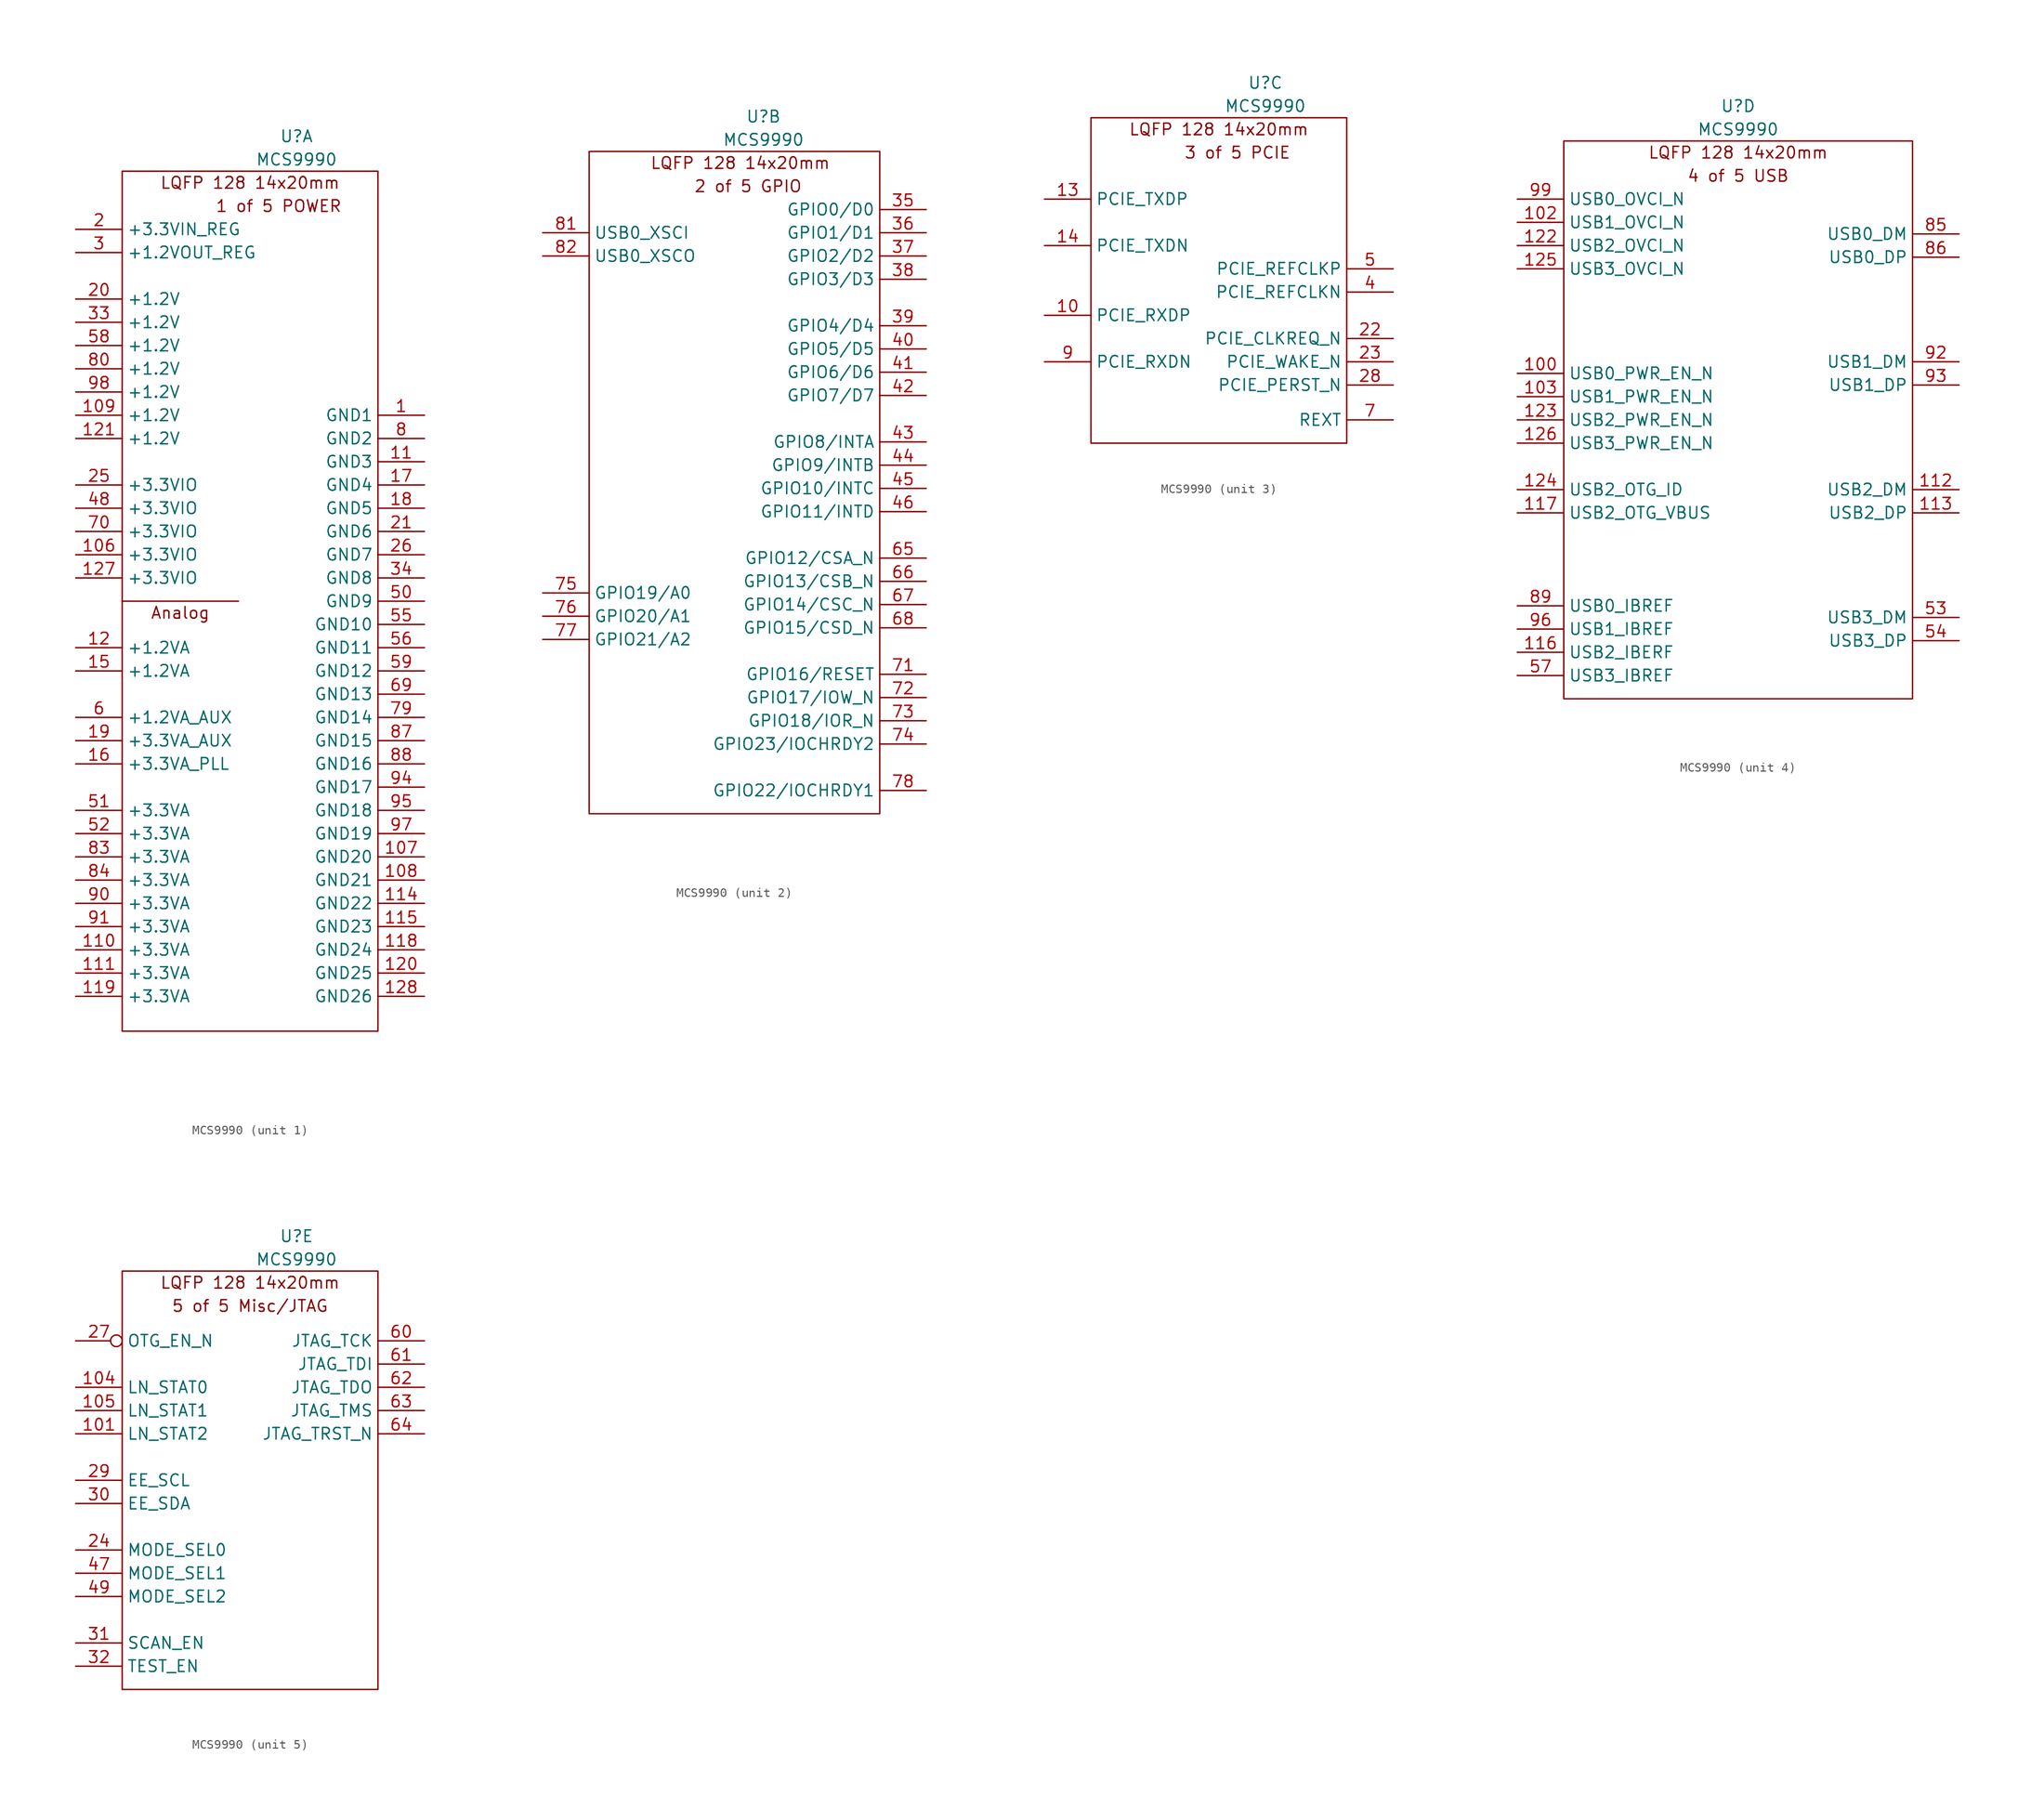
<source format=kicad_sym>
(kicad_symbol_lib
  (version 20220914)
  (generator kicad_symbol_editor)
  (symbol "MCS9990"
    (property "Reference" "U"
      (at 19.05 3.81 0)
      (effects (font (size 1.27 1.27))))
    (property "Value" "MCS9990"
      (at 19.05 1.27 0)
      (effects (font (size 1.27 1.27))))
    (property "ki_locked" ""
      (at 0 0 0)
      (effects (font (size 1.27 1.27))))
    (symbol "MCS9990_1_0"
      (pin power_in line (at 33.02 -26.67 180) (length 5.08) (name "GND1" (effects (font (size 1.27 1.27)))) (number "1" (effects (font (size 1.27 1.27)))))
      (pin power_in line (at -5.08 -41.91 0) (length 5.08) (name "+3.3VIO" (effects (font (size 1.27 1.27)))) (number "106" (effects (font (size 1.27 1.27)))))
      (pin power_in line (at 33.02 -74.93 180) (length 5.08) (name "GND20" (effects (font (size 1.27 1.27)))) (number "107" (effects (font (size 1.27 1.27)))))
      (pin power_in line (at 33.02 -77.47 180) (length 5.08) (name "GND21" (effects (font (size 1.27 1.27)))) (number "108" (effects (font (size 1.27 1.27)))))
      (pin power_in line (at -5.08 -26.67 0) (length 5.08) (name "+1.2V" (effects (font (size 1.27 1.27)))) (number "109" (effects (font (size 1.27 1.27)))))
      (pin power_in line (at 33.02 -31.75 180) (length 5.08) (name "GND3" (effects (font (size 1.27 1.27)))) (number "11" (effects (font (size 1.27 1.27)))))
      (pin power_in line (at -5.08 -85.09 0) (length 5.08) (name "+3.3VA" (effects (font (size 1.27 1.27)))) (number "110" (effects (font (size 1.27 1.27)))))
      (pin power_in line (at -5.08 -87.63 0) (length 5.08) (name "+3.3VA" (effects (font (size 1.27 1.27)))) (number "111" (effects (font (size 1.27 1.27)))))
      (pin power_in line (at 33.02 -80.01 180) (length 5.08) (name "GND22" (effects (font (size 1.27 1.27)))) (number "114" (effects (font (size 1.27 1.27)))))
      (pin power_in line (at 33.02 -82.55 180) (length 5.08) (name "GND23" (effects (font (size 1.27 1.27)))) (number "115" (effects (font (size 1.27 1.27)))))
      (pin power_in line (at 33.02 -85.09 180) (length 5.08) (name "GND24" (effects (font (size 1.27 1.27)))) (number "118" (effects (font (size 1.27 1.27)))))
      (pin power_in line (at -5.08 -90.17 0) (length 5.08) (name "+3.3VA" (effects (font (size 1.27 1.27)))) (number "119" (effects (font (size 1.27 1.27)))))
      (pin power_in line (at -5.08 -52.07 0) (length 5.08) (name "+1.2VA" (effects (font (size 1.27 1.27)))) (number "12" (effects (font (size 1.27 1.27)))))
      (pin power_in line (at 33.02 -87.63 180) (length 5.08) (name "GND25" (effects (font (size 1.27 1.27)))) (number "120" (effects (font (size 1.27 1.27)))))
      (pin power_in line (at -5.08 -29.21 0) (length 5.08) (name "+1.2V" (effects (font (size 1.27 1.27)))) (number "121" (effects (font (size 1.27 1.27)))))
      (pin power_in line (at -5.08 -44.45 0) (length 5.08) (name "+3.3VIO" (effects (font (size 1.27 1.27)))) (number "127" (effects (font (size 1.27 1.27)))))
      (pin power_in line (at 33.02 -90.17 180) (length 5.08) (name "GND26" (effects (font (size 1.27 1.27)))) (number "128" (effects (font (size 1.27 1.27)))))
      (pin power_in line (at -5.08 -54.61 0) (length 5.08) (name "+1.2VA" (effects (font (size 1.27 1.27)))) (number "15" (effects (font (size 1.27 1.27)))))
      (pin power_in line (at -5.08 -64.77 0) (length 5.08) (name "+3.3VA_PLL" (effects (font (size 1.27 1.27)))) (number "16" (effects (font (size 1.27 1.27)))))
      (pin power_in line (at 33.02 -34.29 180) (length 5.08) (name "GND4" (effects (font (size 1.27 1.27)))) (number "17" (effects (font (size 1.27 1.27)))))
      (pin power_in line (at 33.02 -36.83 180) (length 5.08) (name "GND5" (effects (font (size 1.27 1.27)))) (number "18" (effects (font (size 1.27 1.27)))))
      (pin power_in line (at -5.08 -62.23 0) (length 5.08) (name "+3.3VA_AUX" (effects (font (size 1.27 1.27)))) (number "19" (effects (font (size 1.27 1.27)))))
      (pin power_in line (at -5.08 -6.35 0) (length 5.08) (name "+3.3VIN_REG" (effects (font (size 1.27 1.27)))) (number "2" (effects (font (size 1.27 1.27)))))
      (pin power_in line (at -5.08 -13.97 0) (length 5.08) (name "+1.2V" (effects (font (size 1.27 1.27)))) (number "20" (effects (font (size 1.27 1.27)))))
      (pin power_in line (at 33.02 -39.37 180) (length 5.08) (name "GND6" (effects (font (size 1.27 1.27)))) (number "21" (effects (font (size 1.27 1.27)))))
      (pin power_in line (at -5.08 -34.29 0) (length 5.08) (name "+3.3VIO" (effects (font (size 1.27 1.27)))) (number "25" (effects (font (size 1.27 1.27)))))
      (pin power_in line (at 33.02 -41.91 180) (length 5.08) (name "GND7" (effects (font (size 1.27 1.27)))) (number "26" (effects (font (size 1.27 1.27)))))
      (pin power_out line (at -5.08 -8.89 0) (length 5.08) (name "+1.2VOUT_REG" (effects (font (size 1.27 1.27)))) (number "3" (effects (font (size 1.27 1.27)))))
      (pin power_in line (at -5.08 -16.51 0) (length 5.08) (name "+1.2V" (effects (font (size 1.27 1.27)))) (number "33" (effects (font (size 1.27 1.27)))))
      (pin power_in line (at 33.02 -44.45 180) (length 5.08) (name "GND8" (effects (font (size 1.27 1.27)))) (number "34" (effects (font (size 1.27 1.27)))))
      (pin power_in line (at -5.08 -36.83 0) (length 5.08) (name "+3.3VIO" (effects (font (size 1.27 1.27)))) (number "48" (effects (font (size 1.27 1.27)))))
      (pin power_in line (at 33.02 -46.99 180) (length 5.08) (name "GND9" (effects (font (size 1.27 1.27)))) (number "50" (effects (font (size 1.27 1.27)))))
      (pin power_in line (at -5.08 -69.85 0) (length 5.08) (name "+3.3VA" (effects (font (size 1.27 1.27)))) (number "51" (effects (font (size 1.27 1.27)))))
      (pin power_in line (at -5.08 -72.39 0) (length 5.08) (name "+3.3VA" (effects (font (size 1.27 1.27)))) (number "52" (effects (font (size 1.27 1.27)))))
      (pin power_in line (at 33.02 -49.53 180) (length 5.08) (name "GND10" (effects (font (size 1.27 1.27)))) (number "55" (effects (font (size 1.27 1.27)))))
      (pin power_in line (at 33.02 -52.07 180) (length 5.08) (name "GND11" (effects (font (size 1.27 1.27)))) (number "56" (effects (font (size 1.27 1.27)))))
      (pin power_in line (at -5.08 -19.05 0) (length 5.08) (name "+1.2V" (effects (font (size 1.27 1.27)))) (number "58" (effects (font (size 1.27 1.27)))))
      (pin power_in line (at 33.02 -54.61 180) (length 5.08) (name "GND12" (effects (font (size 1.27 1.27)))) (number "59" (effects (font (size 1.27 1.27)))))
      (pin power_in line (at -5.08 -59.69 0) (length 5.08) (name "+1.2VA_AUX" (effects (font (size 1.27 1.27)))) (number "6" (effects (font (size 1.27 1.27)))))
      (pin power_in line (at 33.02 -57.15 180) (length 5.08) (name "GND13" (effects (font (size 1.27 1.27)))) (number "69" (effects (font (size 1.27 1.27)))))
      (pin power_in line (at -5.08 -39.37 0) (length 5.08) (name "+3.3VIO" (effects (font (size 1.27 1.27)))) (number "70" (effects (font (size 1.27 1.27)))))
      (pin power_in line (at 33.02 -59.69 180) (length 5.08) (name "GND14" (effects (font (size 1.27 1.27)))) (number "79" (effects (font (size 1.27 1.27)))))
      (pin power_in line (at 33.02 -29.21 180) (length 5.08) (name "GND2" (effects (font (size 1.27 1.27)))) (number "8" (effects (font (size 1.27 1.27)))))
      (pin power_in line (at -5.08 -21.59 0) (length 5.08) (name "+1.2V" (effects (font (size 1.27 1.27)))) (number "80" (effects (font (size 1.27 1.27)))))
      (pin power_in line (at -5.08 -74.93 0) (length 5.08) (name "+3.3VA" (effects (font (size 1.27 1.27)))) (number "83" (effects (font (size 1.27 1.27)))))
      (pin power_in line (at -5.08 -77.47 0) (length 5.08) (name "+3.3VA" (effects (font (size 1.27 1.27)))) (number "84" (effects (font (size 1.27 1.27)))))
      (pin power_in line (at 33.02 -62.23 180) (length 5.08) (name "GND15" (effects (font (size 1.27 1.27)))) (number "87" (effects (font (size 1.27 1.27)))))
      (pin power_in line (at 33.02 -64.77 180) (length 5.08) (name "GND16" (effects (font (size 1.27 1.27)))) (number "88" (effects (font (size 1.27 1.27)))))
      (pin power_in line (at -5.08 -80.01 0) (length 5.08) (name "+3.3VA" (effects (font (size 1.27 1.27)))) (number "90" (effects (font (size 1.27 1.27)))))
      (pin power_in line (at -5.08 -82.55 0) (length 5.08) (name "+3.3VA" (effects (font (size 1.27 1.27)))) (number "91" (effects (font (size 1.27 1.27)))))
      (pin power_in line (at 33.02 -67.31 180) (length 5.08) (name "GND17" (effects (font (size 1.27 1.27)))) (number "94" (effects (font (size 1.27 1.27)))))
      (pin power_in line (at 33.02 -69.85 180) (length 5.08) (name "GND18" (effects (font (size 1.27 1.27)))) (number "95" (effects (font (size 1.27 1.27)))))
      (pin power_in line (at 33.02 -72.39 180) (length 5.08) (name "GND19" (effects (font (size 1.27 1.27)))) (number "97" (effects (font (size 1.27 1.27)))))
      (pin power_in line (at -5.08 -24.13 0) (length 5.08) (name "+1.2V" (effects (font (size 1.27 1.27)))) (number "98" (effects (font (size 1.27 1.27))))))
    (symbol "MCS9990_1_1"
      (polyline (pts (xy 0 -46.99) (xy 12.7 -46.99)) (stroke (width 0) (type default)) (fill (type none)))
      (rectangle (start 0 0) (end 27.94 -93.98) (stroke (width 0) (type default)) (fill (type none)))
      (text "1 of 5 POWER" (at 10.16 -3.81 0) (effects (font (size 1.27 1.27)) (justify left)))
      (text "Analog" (at 6.35 -48.26 0) (effects (font (size 1.27 1.27))))
      (text "LQFP 128 14x20mm" (at 13.97 -1.27 0) (effects (font (size 1.27 1.27)))))
    (symbol "MCS9990_2_0"
      (pin bidirectional line (at 36.83 -6.35 180) (length 5.08) (name "GPIO0/D0" (effects (font (size 1.27 1.27)))) (number "35" (effects (font (size 1.27 1.27)))))
      (pin bidirectional line (at 36.83 -8.89 180) (length 5.08) (name "GPIO1/D1" (effects (font (size 1.27 1.27)))) (number "36" (effects (font (size 1.27 1.27)))))
      (pin bidirectional line (at 36.83 -11.43 180) (length 5.08) (name "GPIO2/D2" (effects (font (size 1.27 1.27)))) (number "37" (effects (font (size 1.27 1.27)))))
      (pin bidirectional line (at 36.83 -13.97 180) (length 5.08) (name "GPIO3/D3" (effects (font (size 1.27 1.27)))) (number "38" (effects (font (size 1.27 1.27)))))
      (pin bidirectional line (at 36.83 -19.05 180) (length 5.08) (name "GPIO4/D4" (effects (font (size 1.27 1.27)))) (number "39" (effects (font (size 1.27 1.27)))))
      (pin bidirectional line (at 36.83 -21.59 180) (length 5.08) (name "GPIO5/D5" (effects (font (size 1.27 1.27)))) (number "40" (effects (font (size 1.27 1.27)))))
      (pin bidirectional line (at 36.83 -24.13 180) (length 5.08) (name "GPIO6/D6" (effects (font (size 1.27 1.27)))) (number "41" (effects (font (size 1.27 1.27)))))
      (pin bidirectional line (at 36.83 -26.67 180) (length 5.08) (name "GPIO7/D7" (effects (font (size 1.27 1.27)))) (number "42" (effects (font (size 1.27 1.27)))))
      (pin input line (at 36.83 -31.75 180) (length 5.08) (name "GPIO8/INTA" (effects (font (size 1.27 1.27)))) (number "43" (effects (font (size 1.27 1.27)))))
      (pin input line (at 36.83 -34.29 180) (length 5.08) (name "GPIO9/INTB" (effects (font (size 1.27 1.27)))) (number "44" (effects (font (size 1.27 1.27)))))
      (pin input line (at 36.83 -36.83 180) (length 5.08) (name "GPIO10/INTC" (effects (font (size 1.27 1.27)))) (number "45" (effects (font (size 1.27 1.27)))))
      (pin input line (at 36.83 -39.37 180) (length 5.08) (name "GPIO11/INTD" (effects (font (size 1.27 1.27)))) (number "46" (effects (font (size 1.27 1.27)))))
      (pin output line (at 36.83 -44.45 180) (length 5.08) (name "GPIO12/CSA_N" (effects (font (size 1.27 1.27)))) (number "65" (effects (font (size 1.27 1.27)))))
      (pin output line (at 36.83 -46.99 180) (length 5.08) (name "GPIO13/CSB_N" (effects (font (size 1.27 1.27)))) (number "66" (effects (font (size 1.27 1.27)))))
      (pin output line (at 36.83 -49.53 180) (length 5.08) (name "GPIO14/CSC_N" (effects (font (size 1.27 1.27)))) (number "67" (effects (font (size 1.27 1.27)))))
      (pin output line (at 36.83 -52.07 180) (length 5.08) (name "GPIO15/CSD_N" (effects (font (size 1.27 1.27)))) (number "68" (effects (font (size 1.27 1.27)))))
      (pin output line (at 36.83 -57.15 180) (length 5.08) (name "GPIO16/RESET" (effects (font (size 1.27 1.27)))) (number "71" (effects (font (size 1.27 1.27)))))
      (pin output line (at 36.83 -59.69 180) (length 5.08) (name "GPIO17/IOW_N" (effects (font (size 1.27 1.27)))) (number "72" (effects (font (size 1.27 1.27)))))
      (pin output line (at 36.83 -62.23 180) (length 5.08) (name "GPIO18/IOR_N" (effects (font (size 1.27 1.27)))) (number "73" (effects (font (size 1.27 1.27)))))
      (pin input line (at 36.83 -64.77 180) (length 5.08) (name "GPIO23/IOCHRDY2" (effects (font (size 1.27 1.27)))) (number "74" (effects (font (size 1.27 1.27)))))
      (pin output line (at -5.08 -48.26 0) (length 5.08) (name "GPIO19/A0" (effects (font (size 1.27 1.27)))) (number "75" (effects (font (size 1.27 1.27)))))
      (pin output line (at -5.08 -50.8 0) (length 5.08) (name "GPIO20/A1" (effects (font (size 1.27 1.27)))) (number "76" (effects (font (size 1.27 1.27)))))
      (pin output line (at -5.08 -53.34 0) (length 5.08) (name "GPIO21/A2" (effects (font (size 1.27 1.27)))) (number "77" (effects (font (size 1.27 1.27)))))
      (pin input line (at 36.83 -69.85 180) (length 5.08) (name "GPIO22/IOCHRDY1" (effects (font (size 1.27 1.27)))) (number "78" (effects (font (size 1.27 1.27)))))
      (pin input line (at -5.08 -8.89 0) (length 5.08) (name "USB0_XSCI" (effects (font (size 1.27 1.27)))) (number "81" (effects (font (size 1.27 1.27)))))
      (pin output line (at -5.08 -11.43 0) (length 5.08) (name "USB0_XSCO" (effects (font (size 1.27 1.27)))) (number "82" (effects (font (size 1.27 1.27))))))
    (symbol "MCS9990_2_1"
      (rectangle (start 0 0) (end 31.75 -72.39) (stroke (width 0) (type default)) (fill (type none)))
      (text "2 of 5 GPIO" (at 11.43 -3.81 0) (effects (font (size 1.27 1.27)) (justify left)))
      (text "LQFP 128 14x20mm" (at 16.51 -1.27 0) (effects (font (size 1.27 1.27)))))
    (symbol "MCS9990_3_0"
      (pin input line (at -5.08 -21.59 0) (length 5.08) (name "PCIE_RXDP" (effects (font (size 1.27 1.27)))) (number "10" (effects (font (size 1.27 1.27)))))
      (pin output line (at -5.08 -8.89 0) (length 5.08) (name "PCIE_TXDP" (effects (font (size 1.27 1.27)))) (number "13" (effects (font (size 1.27 1.27)))))
      (pin output line (at -5.08 -13.97 0) (length 5.08) (name "PCIE_TXDN" (effects (font (size 1.27 1.27)))) (number "14" (effects (font (size 1.27 1.27)))))
      (pin output line (at 33.02 -24.13 180) (length 5.08) (name "PCIE_CLKREQ_N" (effects (font (size 1.27 1.27)))) (number "22" (effects (font (size 1.27 1.27)))))
      (pin input line (at 33.02 -29.21 180) (length 5.08) (name "PCIE_PERST_N" (effects (font (size 1.27 1.27)))) (number "28" (effects (font (size 1.27 1.27)))))
      (pin input line (at 33.02 -19.05 180) (length 5.08) (name "PCIE_REFCLKN" (effects (font (size 1.27 1.27)))) (number "4" (effects (font (size 1.27 1.27)))))
      (pin input line (at 33.02 -16.51 180) (length 5.08) (name "PCIE_REFCLKP" (effects (font (size 1.27 1.27)))) (number "5" (effects (font (size 1.27 1.27)))))
      (pin input line (at -5.08 -26.67 0) (length 5.08) (name "PCIE_RXDN" (effects (font (size 1.27 1.27)))) (number "9" (effects (font (size 1.27 1.27))))))
    (symbol "MCS9990_3_1"
      (rectangle (start 0 0) (end 27.94 -35.56) (stroke (width 0) (type default)) (fill (type none)))
      (text "3 of 5 PCIE" (at 10.16 -3.81 0) (effects (font (size 1.27 1.27)) (justify left)))
      (text "LQFP 128 14x20mm" (at 13.97 -1.27 0) (effects (font (size 1.27 1.27))))
      (pin output line (at 33.02 -26.67 180) (length 5.08) (name "PCIE_WAKE_N" (effects (font (size 1.27 1.27)))) (number "23" (effects (font (size 1.27 1.27)))))
      (pin output line (at 33.02 -33.02 180) (length 5.08) (name "REXT" (effects (font (size 1.27 1.27)))) (number "7" (effects (font (size 1.27 1.27))))))
    (symbol "MCS9990_4_0"
      (pin output line (at -5.08 -27.94 0) (length 5.08) (name "USB1_PWR_EN_N" (effects (font (size 1.27 1.27)))) (number "103" (effects (font (size 1.27 1.27)))))
      (pin bidirectional line (at 43.18 -38.1 180) (length 5.08) (name "USB2_DM" (effects (font (size 1.27 1.27)))) (number "112" (effects (font (size 1.27 1.27)))))
      (pin input line (at -5.08 -40.64 0) (length 5.08) (name "USB2_OTG_VBUS" (effects (font (size 1.27 1.27)))) (number "117" (effects (font (size 1.27 1.27)))))
      (pin input line (at -5.08 -11.43 0) (length 5.08) (name "USB2_OVCI_N" (effects (font (size 1.27 1.27)))) (number "122" (effects (font (size 1.27 1.27)))))
      (pin output line (at -5.08 -30.48 0) (length 5.08) (name "USB2_PWR_EN_N" (effects (font (size 1.27 1.27)))) (number "123" (effects (font (size 1.27 1.27)))))
      (pin input line (at -5.08 -38.1 0) (length 5.08) (name "USB2_OTG_ID" (effects (font (size 1.27 1.27)))) (number "124" (effects (font (size 1.27 1.27)))))
      (pin input line (at -5.08 -13.97 0) (length 5.08) (name "USB3_OVCI_N" (effects (font (size 1.27 1.27)))) (number "125" (effects (font (size 1.27 1.27)))))
      (pin output line (at -5.08 -33.02 0) (length 5.08) (name "USB3_PWR_EN_N" (effects (font (size 1.27 1.27)))) (number "126" (effects (font (size 1.27 1.27)))))
      (pin bidirectional line (at 43.18 -52.07 180) (length 5.08) (name "USB3_DM" (effects (font (size 1.27 1.27)))) (number "53" (effects (font (size 1.27 1.27)))))
      (pin bidirectional line (at 43.18 -54.61 180) (length 5.08) (name "USB3_DP" (effects (font (size 1.27 1.27)))) (number "54" (effects (font (size 1.27 1.27)))))
      (pin input line (at -5.08 -58.42 0) (length 5.08) (name "USB3_IBREF" (effects (font (size 1.27 1.27)))) (number "57" (effects (font (size 1.27 1.27))))))
    (symbol "MCS9990_4_1"
      (rectangle (start 0 0) (end 38.1 -60.96) (stroke (width 0) (type default)) (fill (type none)))
      (text "4 of 5 USB" (at 19.05 -3.81 0) (effects (font (size 1.27 1.27))))
      (text "LQFP 128 14x20mm" (at 19.05 -1.27 0) (effects (font (size 1.27 1.27))))
      (pin output line (at -5.08 -25.4 0) (length 5.08) (name "USB0_PWR_EN_N" (effects (font (size 1.27 1.27)))) (number "100" (effects (font (size 1.27 1.27)))))
      (pin input line (at -5.08 -8.89 0) (length 5.08) (name "USB1_OVCI_N" (effects (font (size 1.27 1.27)))) (number "102" (effects (font (size 1.27 1.27)))))
      (pin bidirectional line (at 43.18 -40.64 180) (length 5.08) (name "USB2_DP" (effects (font (size 1.27 1.27)))) (number "113" (effects (font (size 1.27 1.27)))))
      (pin input line (at -5.08 -55.88 0) (length 5.08) (name "USB2_IBERF" (effects (font (size 1.27 1.27)))) (number "116" (effects (font (size 1.27 1.27)))))
      (pin bidirectional line (at 43.18 -10.16 180) (length 5.08) (name "USB0_DM" (effects (font (size 1.27 1.27)))) (number "85" (effects (font (size 1.27 1.27)))))
      (pin bidirectional line (at 43.18 -12.7 180) (length 5.08) (name "USB0_DP" (effects (font (size 1.27 1.27)))) (number "86" (effects (font (size 1.27 1.27)))))
      (pin input line (at -5.08 -50.8 0) (length 5.08) (name "USB0_IBREF" (effects (font (size 1.27 1.27)))) (number "89" (effects (font (size 1.27 1.27)))))
      (pin bidirectional line (at 43.18 -24.13 180) (length 5.08) (name "USB1_DM" (effects (font (size 1.27 1.27)))) (number "92" (effects (font (size 1.27 1.27)))))
      (pin bidirectional line (at 43.18 -26.67 180) (length 5.08) (name "USB1_DP" (effects (font (size 1.27 1.27)))) (number "93" (effects (font (size 1.27 1.27)))))
      (pin input line (at -5.08 -53.34 0) (length 5.08) (name "USB1_IBREF" (effects (font (size 1.27 1.27)))) (number "96" (effects (font (size 1.27 1.27)))))
      (pin input line (at -5.08 -6.35 0) (length 5.08) (name "USB0_OVCI_N" (effects (font (size 1.27 1.27)))) (number "99" (effects (font (size 1.27 1.27))))))
    (symbol "MCS9990_5_0"
      (pin bidirectional line (at -5.08 -17.78 0) (length 5.08) (name "LN_STAT2" (effects (font (size 1.27 1.27)))) (number "101" (effects (font (size 1.27 1.27)))))
      (pin bidirectional line (at -5.08 -12.7 0) (length 5.08) (name "LN_STAT0" (effects (font (size 1.27 1.27)))) (number "104" (effects (font (size 1.27 1.27)))))
      (pin bidirectional line (at -5.08 -15.24 0) (length 5.08) (name "LN_STAT1" (effects (font (size 1.27 1.27)))) (number "105" (effects (font (size 1.27 1.27)))))
      (pin input line (at -5.08 -30.48 0) (length 5.08) (name "MODE_SEL0" (effects (font (size 1.27 1.27)))) (number "24" (effects (font (size 1.27 1.27)))))
      (pin input inverted (at -5.08 -7.62 0) (length 5.08) (name "OTG_EN_N" (effects (font (size 1.27 1.27)))) (number "27" (effects (font (size 1.27 1.27)))))
      (pin bidirectional line (at -5.08 -22.86 0) (length 5.08) (name "EE_SCL" (effects (font (size 1.27 1.27)))) (number "29" (effects (font (size 1.27 1.27)))))
      (pin bidirectional line (at -5.08 -25.4 0) (length 5.08) (name "EE_SDA" (effects (font (size 1.27 1.27)))) (number "30" (effects (font (size 1.27 1.27)))))
      (pin input line (at -5.08 -43.18 0) (length 5.08) (name "TEST_EN" (effects (font (size 1.27 1.27)))) (number "32" (effects (font (size 1.27 1.27)))))
      (pin input line (at -5.08 -33.02 0) (length 5.08) (name "MODE_SEL1" (effects (font (size 1.27 1.27)))) (number "47" (effects (font (size 1.27 1.27)))))
      (pin input line (at -5.08 -35.56 0) (length 5.08) (name "MODE_SEL2" (effects (font (size 1.27 1.27)))) (number "49" (effects (font (size 1.27 1.27)))))
      (pin input line (at 33.02 -7.62 180) (length 5.08) (name "JTAG_TCK" (effects (font (size 1.27 1.27)))) (number "60" (effects (font (size 1.27 1.27)))))
      (pin input line (at 33.02 -10.16 180) (length 5.08) (name "JTAG_TDI" (effects (font (size 1.27 1.27)))) (number "61" (effects (font (size 1.27 1.27)))))
      (pin output line (at 33.02 -12.7 180) (length 5.08) (name "JTAG_TDO" (effects (font (size 1.27 1.27)))) (number "62" (effects (font (size 1.27 1.27)))))
      (pin input line (at 33.02 -15.24 180) (length 5.08) (name "JTAG_TMS" (effects (font (size 1.27 1.27)))) (number "63" (effects (font (size 1.27 1.27)))))
      (pin input line (at 33.02 -17.78 180) (length 5.08) (name "JTAG_TRST_N" (effects (font (size 1.27 1.27)))) (number "64" (effects (font (size 1.27 1.27))))))
    (symbol "MCS9990_5_1"
      (rectangle (start 0 0) (end 27.94 -45.72) (stroke (width 0) (type default)) (fill (type none)))
      (text "5 of 5 Misc/JTAG" (at 13.97 -3.81 0) (effects (font (size 1.27 1.27))))
      (text "LQFP 128 14x20mm" (at 13.97 -1.27 0) (effects (font (size 1.27 1.27))))
      (pin input line (at -5.08 -40.64 0) (length 5.08) (name "SCAN_EN" (effects (font (size 1.27 1.27)))) (number "31" (effects (font (size 1.27 1.27))))))))
</source>
